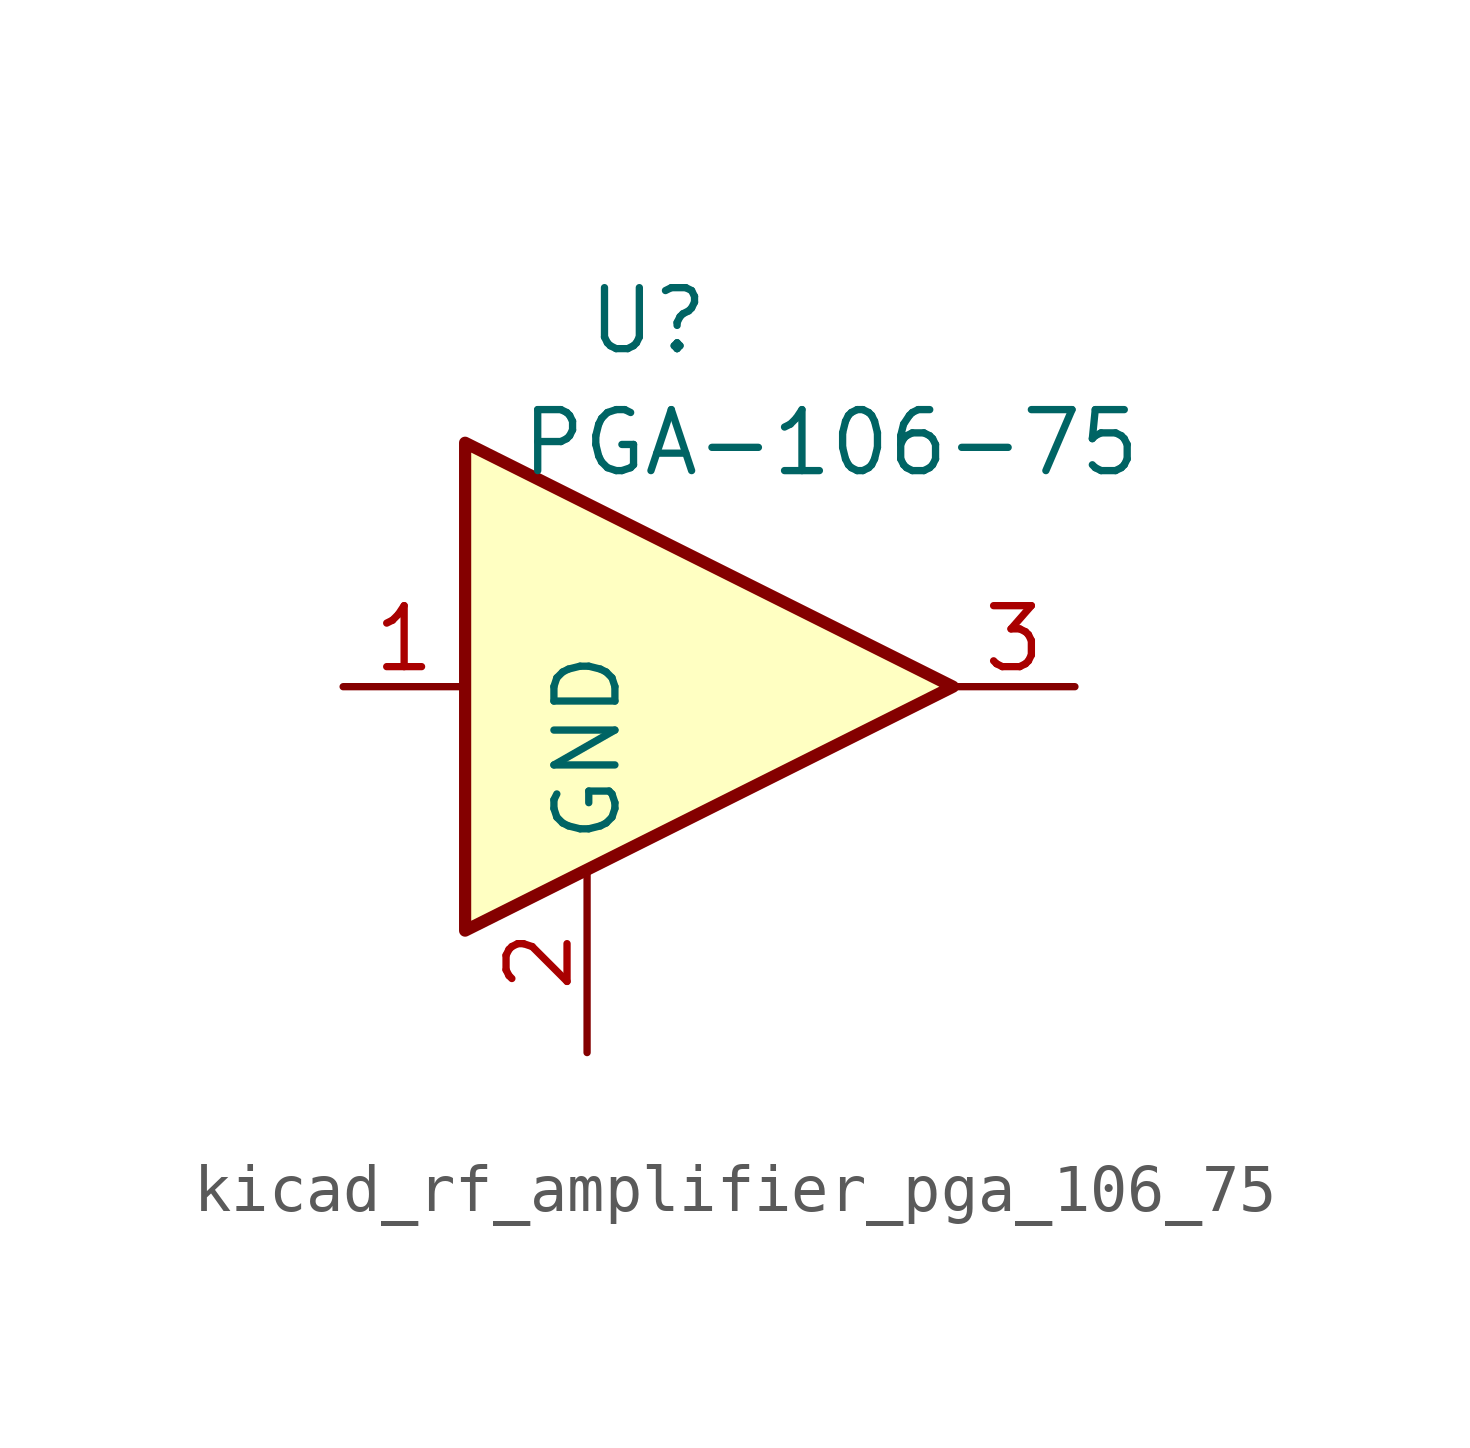
<source format=kicad_sym>
(kicad_symbol_lib
  (version 20220914)
  (generator kicad_symbol_editor)
  (symbol "kicad_rf_amplifier_pga_106_75"
    (property "Reference" "U"
      (at -1.27 7.62 0)
      (effects (font (size 1.27 1.27))))
    (property "Value" "PGA-106-75"
      (at 2.54 5.08 0)
      (effects (font (size 1.27 1.27))))
    (symbol "kicad_rf_amplifier_pga_106_75_0_1"
      (polyline (pts (xy 5.08 0) (xy -5.08 5.08) (xy -5.08 -5.08) (xy 5.08 0)) (stroke (width 0.254) (type default)) (fill (type background))))
    (symbol "kicad_rf_amplifier_pga_106_75_1_1"
      (pin input line (at -7.62 0 0) (length 2.54) (name "~" (effects (font (size 1.27 1.27)))) (number "1" (effects (font (size 1.27 1.27)))))
      (pin power_in line (at -2.54 -7.62 90) (length 3.81) (name "GND" (effects (font (size 1.27 1.27)))) (number "2" (effects (font (size 1.27 1.27)))))
      (pin output line (at 7.62 0 180) (length 2.54) (name "~" (effects (font (size 1.27 1.27)))) (number "3" (effects (font (size 1.27 1.27))))))))
</source>
